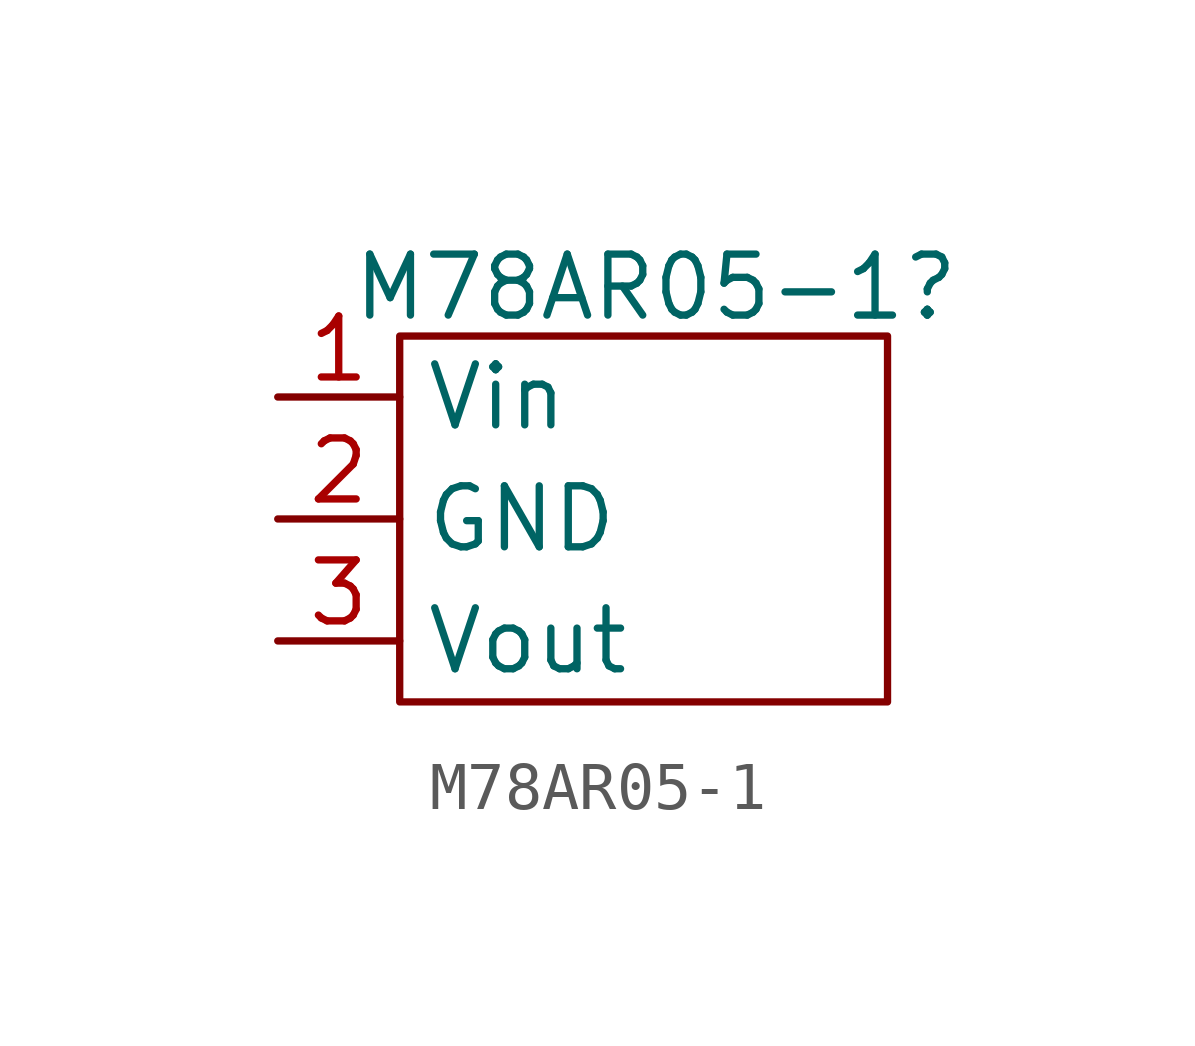
<source format=kicad_sym>
(kicad_symbol_lib
  (version 20231120)
  (generator "kicad_symbol_editor")
  (generator_version "8.0")
  (symbol "M78AR05-1"
    (property "Reference" "M78AR05-1"
      (at 0.254 4.826 0)
      (effects (font (size 1.27 1.27))))
    (property "Value" ""
      (at 0 0 0)
      (effects (font (size 1.27 1.27))))
    (symbol "M78AR05-1_0_1"
      (rectangle (start -5.08 3.81) (end 5.08 -3.81) (stroke (width 0) (type default)) (fill (type none))))
    (symbol "M78AR05-1_1_1"
      (pin input line (at -7.62 2.54 0) (length 2.54) (name "Vin" (effects (font (size 1.27 1.27)))) (number "1" (effects (font (size 1.27 1.27)))))
      (pin input line (at -7.62 0 0) (length 2.54) (name "GND" (effects (font (size 1.27 1.27)))) (number "2" (effects (font (size 1.27 1.27)))))
      (pin output line (at -7.62 -2.54 0) (length 2.54) (name "Vout" (effects (font (size 1.27 1.27)))) (number "3" (effects (font (size 1.27 1.27))))))))
</source>
